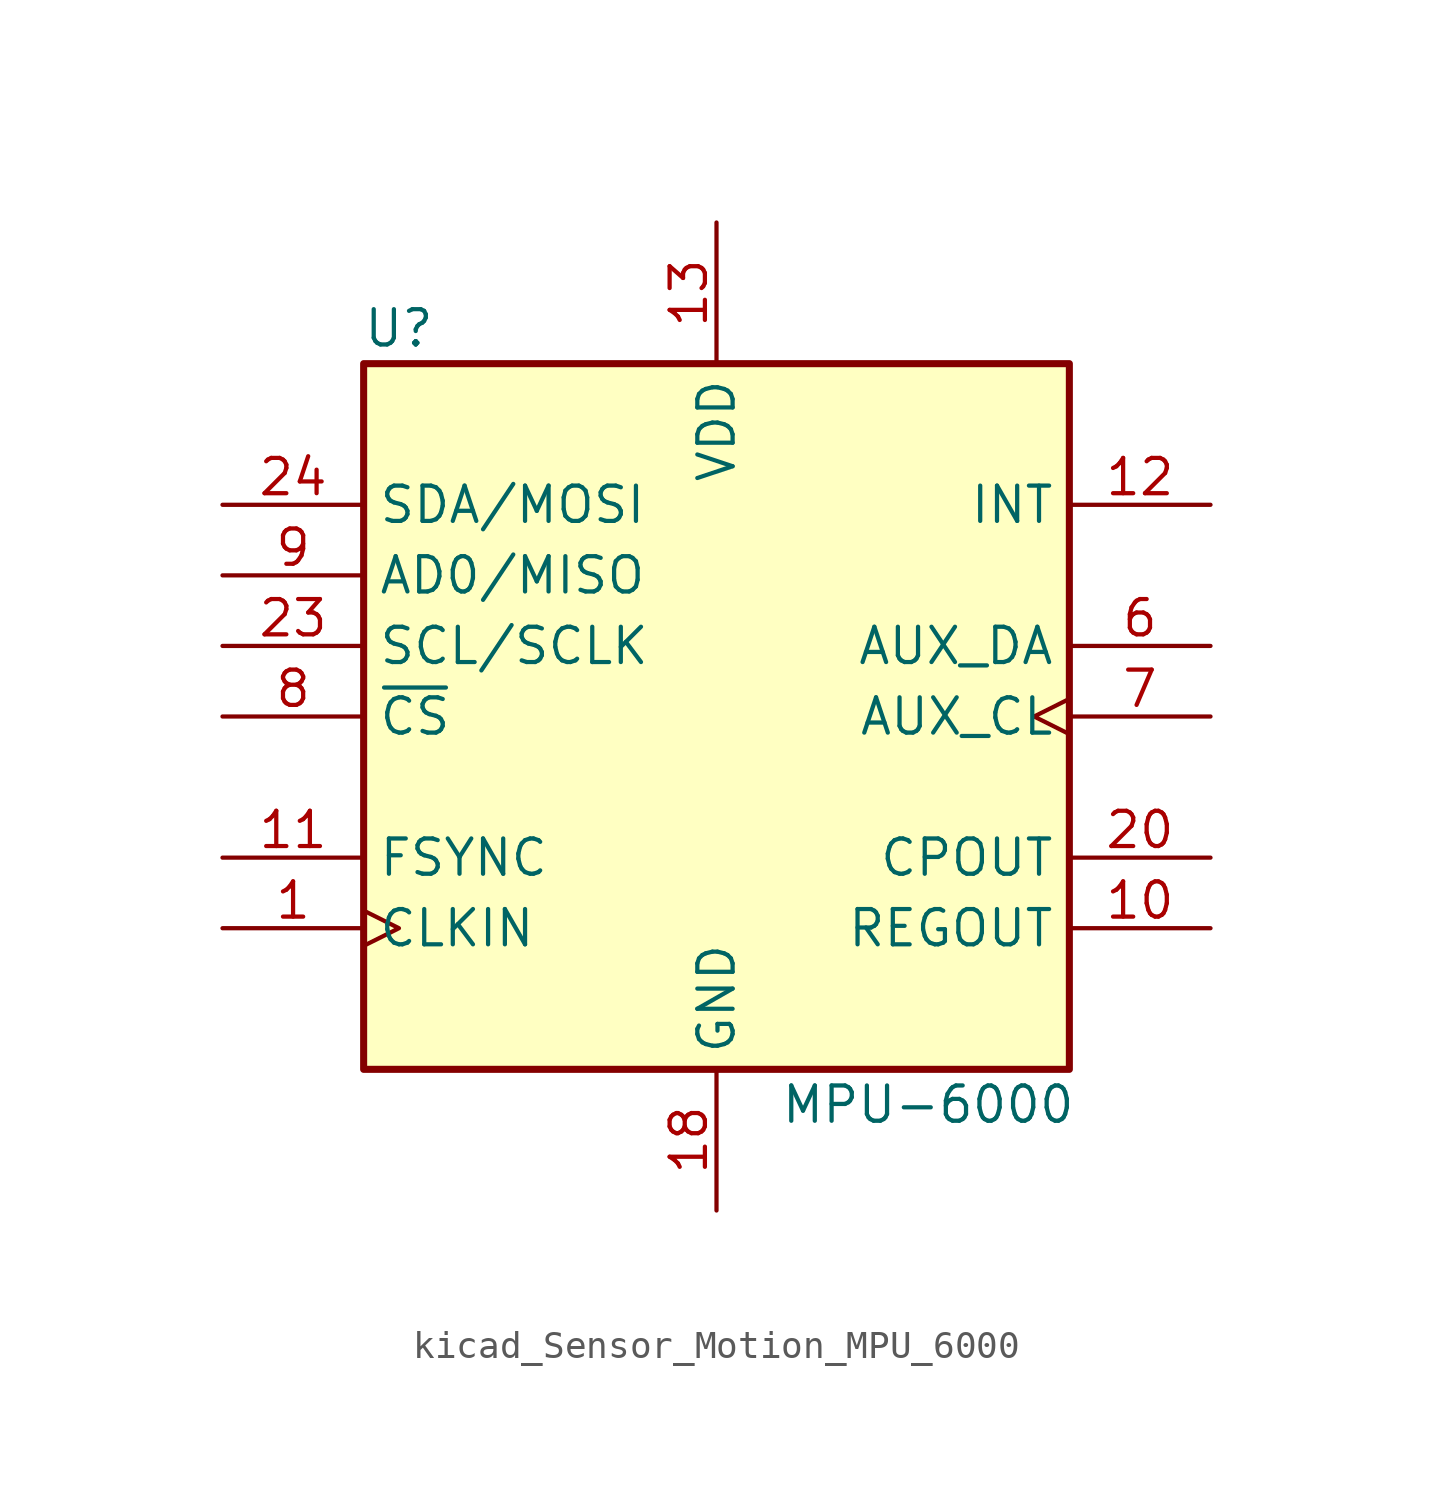
<source format=kicad_sym>
(kicad_symbol_lib
  (version 20220914)
  (generator kicad_symbol_editor)
  (symbol "kicad_Sensor_Motion_MPU_6000"
    (property "Reference" "U"
      (at -11.43 13.97 0)
      (effects (font (size 1.27 1.27))))
    (property "Value" "MPU-6000"
      (at 7.62 -13.97 0)
      (effects (font (size 1.27 1.27))))
    (symbol "kicad_Sensor_Motion_MPU_6000_0_1"
      (rectangle (start -12.7 12.7) (end 12.7 -12.7) (stroke (width 0.254) (type default)) (fill (type background))))
    (symbol "kicad_Sensor_Motion_MPU_6000_1_1"
      (pin input clock (at -17.78 -7.62 0) (length 5.08) (name "CLKIN" (effects (font (size 1.27 1.27)))) (number "1" (effects (font (size 1.27 1.27)))))
      (pin passive line (at 17.78 -7.62 180) (length 5.08) (name "REGOUT" (effects (font (size 1.27 1.27)))) (number "10" (effects (font (size 1.27 1.27)))))
      (pin input line (at -17.78 -5.08 0) (length 5.08) (name "FSYNC" (effects (font (size 1.27 1.27)))) (number "11" (effects (font (size 1.27 1.27)))))
      (pin output line (at 17.78 7.62 180) (length 5.08) (name "INT" (effects (font (size 1.27 1.27)))) (number "12" (effects (font (size 1.27 1.27)))))
      (pin power_in line (at 0 17.78 270) (length 5.08) (name "VDD" (effects (font (size 1.27 1.27)))) (number "13" (effects (font (size 1.27 1.27)))))
      (pin power_in line (at 0 -17.78 90) (length 5.08) (name "GND" (effects (font (size 1.27 1.27)))) (number "18" (effects (font (size 1.27 1.27)))))
      (pin passive line (at 17.78 -5.08 180) (length 5.08) (name "CPOUT" (effects (font (size 1.27 1.27)))) (number "20" (effects (font (size 1.27 1.27)))))
      (pin input line (at -17.78 2.54 0) (length 5.08) (name "SCL/SCLK" (effects (font (size 1.27 1.27)))) (number "23" (effects (font (size 1.27 1.27)))))
      (pin bidirectional line (at -17.78 7.62 0) (length 5.08) (name "SDA/MOSI" (effects (font (size 1.27 1.27)))) (number "24" (effects (font (size 1.27 1.27)))))
      (pin bidirectional line (at 17.78 2.54 180) (length 5.08) (name "AUX_DA" (effects (font (size 1.27 1.27)))) (number "6" (effects (font (size 1.27 1.27)))))
      (pin output clock (at 17.78 0 180) (length 5.08) (name "AUX_CL" (effects (font (size 1.27 1.27)))) (number "7" (effects (font (size 1.27 1.27)))))
      (pin input line (at -17.78 0 0) (length 5.08) (name "~{CS}" (effects (font (size 1.27 1.27)))) (number "8" (effects (font (size 1.27 1.27)))))
      (pin bidirectional line (at -17.78 5.08 0) (length 5.08) (name "AD0/MISO" (effects (font (size 1.27 1.27)))) (number "9" (effects (font (size 1.27 1.27))))))))
</source>
